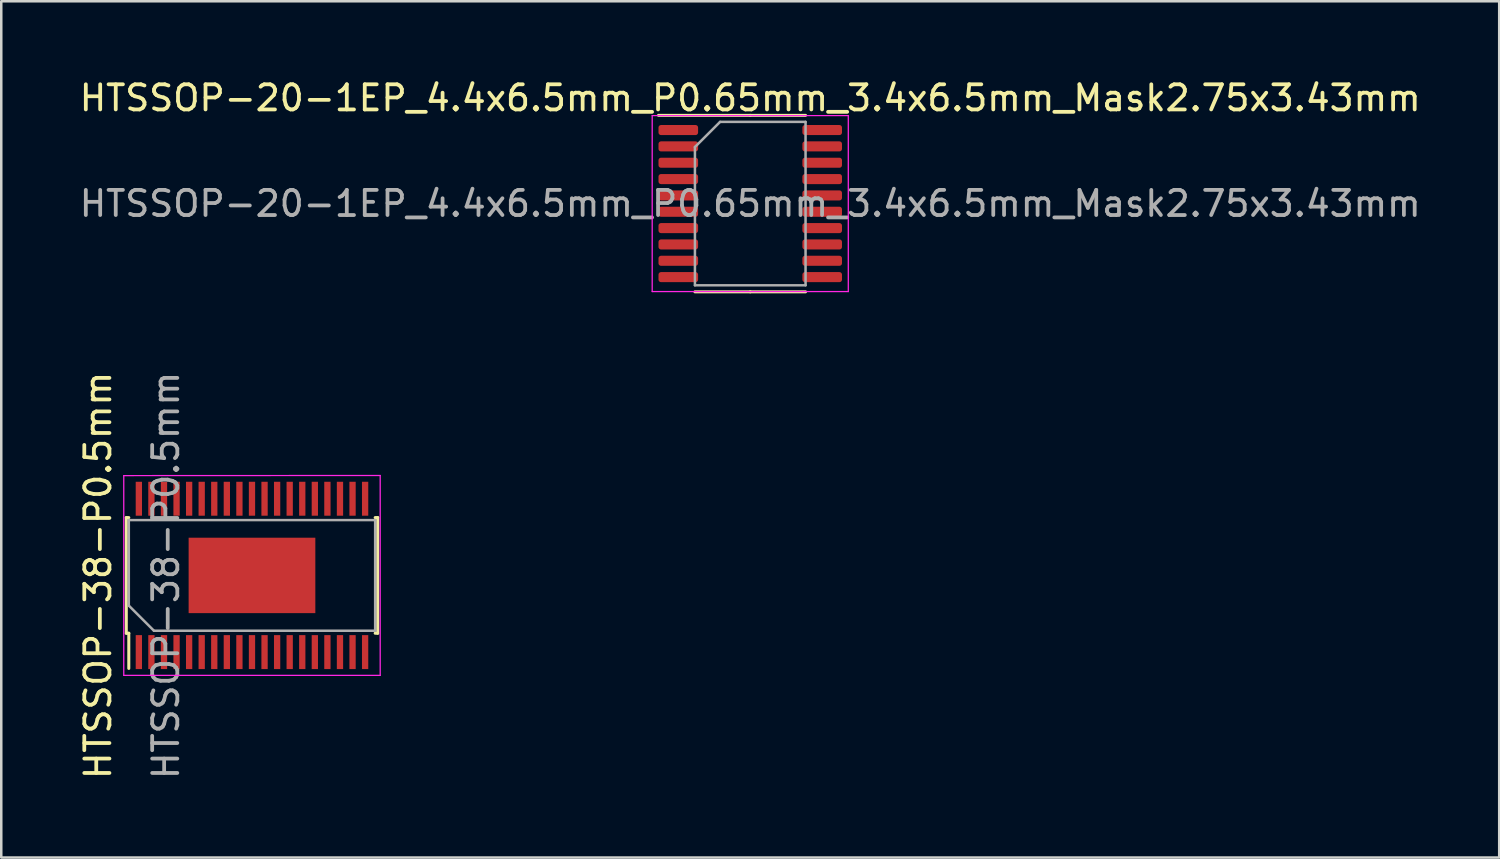
<source format=kicad_pcb>
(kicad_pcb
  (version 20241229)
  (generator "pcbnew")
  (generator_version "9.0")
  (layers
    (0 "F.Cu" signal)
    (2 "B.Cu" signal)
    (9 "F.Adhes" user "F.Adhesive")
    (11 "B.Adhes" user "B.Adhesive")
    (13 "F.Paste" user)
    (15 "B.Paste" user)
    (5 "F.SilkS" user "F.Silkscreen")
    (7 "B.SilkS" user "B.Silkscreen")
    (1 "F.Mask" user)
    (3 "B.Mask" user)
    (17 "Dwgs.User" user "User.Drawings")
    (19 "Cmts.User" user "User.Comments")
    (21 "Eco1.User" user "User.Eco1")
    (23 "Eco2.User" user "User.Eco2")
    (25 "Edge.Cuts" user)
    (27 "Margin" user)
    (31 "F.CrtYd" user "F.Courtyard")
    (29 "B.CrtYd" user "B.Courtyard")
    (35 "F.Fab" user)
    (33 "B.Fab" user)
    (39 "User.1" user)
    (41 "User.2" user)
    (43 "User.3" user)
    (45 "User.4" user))
  (footprint "HTSSOP-20-1EP_4.4x6.5mm_P0.65mm_3.4x6.5mm_Mask2.75x3.43mm"
    (layer "F.Cu")
    (at 26.792 5.048)
    (property "Reference" "HTSSOP-20-1EP_4.4x6.5mm_P0.65mm_3.4x6.5mm_Mask2.75x3.43mm" (at 0 -4.2 0) (layer "F.SilkS") (effects (font (size 1 1) (thickness 0.15))))
    (attr smd)
    (fp_line (start 0 -3.51) (end -3.65 -3.51) (stroke (width 0.12) (type solid)) (layer "F.SilkS"))
    (fp_line (start 0 -3.51) (end 2.2 -3.51) (stroke (width 0.12) (type solid)) (layer "F.SilkS"))
    (fp_line (start 0 3.51) (end -2.2 3.51) (stroke (width 0.12) (type solid)) (layer "F.SilkS"))
    (fp_line (start 0 3.51) (end 2.2 3.51) (stroke (width 0.12) (type solid)) (layer "F.SilkS"))
    (fp_line (start -3.9 -3.5) (end -3.9 3.5) (stroke (width 0.05) (type solid)) (layer "F.CrtYd"))
    (fp_line (start -3.9 3.5) (end 3.9 3.5) (stroke (width 0.05) (type solid)) (layer "F.CrtYd"))
    (fp_line (start 3.9 -3.5) (end -3.9 -3.5) (stroke (width 0.05) (type solid)) (layer "F.CrtYd"))
    (fp_line (start 3.9 3.5) (end 3.9 -3.5) (stroke (width 0.05) (type solid)) (layer "F.CrtYd"))
    (fp_line (start -2.2 -2.25) (end -1.2 -3.25) (stroke (width 0.1) (type solid)) (layer "F.Fab"))
    (fp_line (start -2.2 3.25) (end -2.2 -2.25) (stroke (width 0.1) (type solid)) (layer "F.Fab"))
    (fp_line (start -1.2 -3.25) (end 2.2 -3.25) (stroke (width 0.1) (type solid)) (layer "F.Fab"))
    (fp_line (start 2.2 -3.25) (end 2.2 3.25) (stroke (width 0.1) (type solid)) (layer "F.Fab"))
    (fp_line (start 2.2 3.25) (end -2.2 3.25) (stroke (width 0.1) (type solid)) (layer "F.Fab"))
    (fp_text user "${REFERENCE}" (at 0 0 0) (layer "F.Fab") (effects (font (size 1 1) (thickness 0.15))))
    (pad "1" smd roundrect (at -2.862 -2.925) (size 1.575 0.4) (layers "F.Cu" "F.Mask" "F.Paste") (roundrect_rratio 0.25))
    (pad "2" smd roundrect (at -2.862 -2.275) (size 1.575 0.4) (layers "F.Cu" "F.Mask" "F.Paste") (roundrect_rratio 0.25))
    (pad "3" smd roundrect (at -2.862 -1.625) (size 1.575 0.4) (layers "F.Cu" "F.Mask" "F.Paste") (roundrect_rratio 0.25))
    (pad "4" smd roundrect (at -2.862 -0.975) (size 1.575 0.4) (layers "F.Cu" "F.Mask" "F.Paste") (roundrect_rratio 0.25))
    (pad "5" smd roundrect (at -2.862 -0.325) (size 1.575 0.4) (layers "F.Cu" "F.Mask" "F.Paste") (roundrect_rratio 0.25))
    (pad "6" smd roundrect (at -2.862 0.325) (size 1.575 0.4) (layers "F.Cu" "F.Mask" "F.Paste") (roundrect_rratio 0.25))
    (pad "7" smd roundrect (at -2.862 0.975) (size 1.575 0.4) (layers "F.Cu" "F.Mask" "F.Paste") (roundrect_rratio 0.25))
    (pad "8" smd roundrect (at -2.862 1.625) (size 1.575 0.4) (layers "F.Cu" "F.Mask" "F.Paste") (roundrect_rratio 0.25))
    (pad "9" smd roundrect (at -2.862 2.275) (size 1.575 0.4) (layers "F.Cu" "F.Mask" "F.Paste") (roundrect_rratio 0.25))
    (pad "10" smd roundrect (at -2.862 2.925) (size 1.575 0.4) (layers "F.Cu" "F.Mask" "F.Paste") (roundrect_rratio 0.25))
    (pad "11" smd roundrect (at 2.862 2.925) (size 1.575 0.4) (layers "F.Cu" "F.Mask" "F.Paste") (roundrect_rratio 0.25))
    (pad "12" smd roundrect (at 2.862 2.275) (size 1.575 0.4) (layers "F.Cu" "F.Mask" "F.Paste") (roundrect_rratio 0.25))
    (pad "13" smd roundrect (at 2.862 1.625) (size 1.575 0.4) (layers "F.Cu" "F.Mask" "F.Paste") (roundrect_rratio 0.25))
    (pad "14" smd roundrect (at 2.862 0.975) (size 1.575 0.4) (layers "F.Cu" "F.Mask" "F.Paste") (roundrect_rratio 0.25))
    (pad "15" smd roundrect (at 2.862 0.325) (size 1.575 0.4) (layers "F.Cu" "F.Mask" "F.Paste") (roundrect_rratio 0.25))
    (pad "16" smd roundrect (at 2.862 -0.325) (size 1.575 0.4) (layers "F.Cu" "F.Mask" "F.Paste") (roundrect_rratio 0.25))
    (pad "17" smd roundrect (at 2.862 -0.975) (size 1.575 0.4) (layers "F.Cu" "F.Mask" "F.Paste") (roundrect_rratio 0.25))
    (pad "18" smd roundrect (at 2.862 -1.625) (size 1.575 0.4) (layers "F.Cu" "F.Mask" "F.Paste") (roundrect_rratio 0.25))
    (pad "19" smd roundrect (at 2.862 -2.275) (size 1.575 0.4) (layers "F.Cu" "F.Mask" "F.Paste") (roundrect_rratio 0.25))
    (pad "20" smd roundrect (at 2.862 -2.925) (size 1.575 0.4) (layers "F.Cu" "F.Mask" "F.Paste") (roundrect_rratio 0.25)))
  (footprint "HTSSOP-38-P0.5mm"
    (layer "F.Cu")
    (at 6.973 19.838)
    (property "Reference" "HTSSOP-38-P0.5mm" (at -6.125 0 90) (layer "F.SilkS") (effects (font (size 1 1) (thickness 0.15))))
    (attr smd)
    (fp_line (start -5 2.3) (end -5 -2.3) (stroke (width 0.12) (type solid)) (layer "F.SilkS"))
    (fp_line (start -4.9 -2.3) (end -5 -2.3) (stroke (width 0.12) (type solid)) (layer "F.SilkS"))
    (fp_line (start -4.9 2.3) (end -5 2.3) (stroke (width 0.12) (type solid)) (layer "F.SilkS"))
    (fp_line (start -4.9 2.3) (end -4.9 3.7) (stroke (width 0.12) (type solid)) (layer "F.SilkS"))
    (fp_line (start 5 -2.3) (end 4.9 -2.3) (stroke (width 0.12) (type solid)) (layer "F.SilkS"))
    (fp_line (start 5 2.3) (end 4.9 2.3) (stroke (width 0.12) (type solid)) (layer "F.SilkS"))
    (fp_line (start 5 2.3) (end 5 -2.3) (stroke (width 0.12) (type solid)) (layer "F.SilkS"))
    (fp_poly (pts (xy -2.35 -1.33) (xy -2.35 -0.83) (xy -1.75 -0.83) (xy -1.75 -1.33)) (stroke (width 0.1) (type solid)) (fill yes) (layer "F.Paste"))
    (fp_poly (pts (xy -2.35 -0.61) (xy -2.35 -0.11) (xy -1.75 -0.11) (xy -1.75 -0.61)) (stroke (width 0.1) (type solid)) (fill yes) (layer "F.Paste"))
    (fp_poly (pts (xy -2.35 0.11) (xy -2.35 0.61) (xy -1.75 0.61) (xy -1.75 0.11)) (stroke (width 0.1) (type solid)) (fill yes) (layer "F.Paste"))
    (fp_poly (pts (xy -2.35 0.83) (xy -2.35 1.33) (xy -1.75 1.33) (xy -1.75 0.83)) (stroke (width 0.1) (type solid)) (fill yes) (layer "F.Paste"))
    (fp_poly (pts (xy -1.53 -1.33) (xy -1.53 -0.83) (xy -0.93 -0.83) (xy -0.93 -1.33)) (stroke (width 0.1) (type solid)) (fill yes) (layer "F.Paste"))
    (fp_poly (pts (xy -1.53 -0.61) (xy -1.53 -0.11) (xy -0.93 -0.11) (xy -0.93 -0.61)) (stroke (width 0.1) (type solid)) (fill yes) (layer "F.Paste"))
    (fp_poly (pts (xy -1.53 0.11) (xy -1.53 0.61) (xy -0.93 0.61) (xy -0.93 0.11)) (stroke (width 0.1) (type solid)) (fill yes) (layer "F.Paste"))
    (fp_poly (pts (xy -1.53 0.83) (xy -1.53 1.33) (xy -0.93 1.33) (xy -0.93 0.83)) (stroke (width 0.1) (type solid)) (fill yes) (layer "F.Paste"))
    (fp_poly (pts (xy -0.71 -1.33) (xy -0.71 -0.83) (xy -0.11 -0.83) (xy -0.11 -1.33)) (stroke (width 0.1) (type solid)) (fill yes) (layer "F.Paste"))
    (fp_poly (pts (xy -0.71 -0.61) (xy -0.71 -0.11) (xy -0.11 -0.11) (xy -0.11 -0.61)) (stroke (width 0.1) (type solid)) (fill yes) (layer "F.Paste"))
    (fp_poly (pts (xy -0.71 0.11) (xy -0.71 0.61) (xy -0.11 0.61) (xy -0.11 0.11)) (stroke (width 0.1) (type solid)) (fill yes) (layer "F.Paste"))
    (fp_poly (pts (xy -0.71 0.83) (xy -0.71 1.33) (xy -0.11 1.33) (xy -0.11 0.83)) (stroke (width 0.1) (type solid)) (fill yes) (layer "F.Paste"))
    (fp_poly (pts (xy 0.11 -1.33) (xy 0.11 -0.83) (xy 0.71 -0.83) (xy 0.71 -1.33)) (stroke (width 0.1) (type solid)) (fill yes) (layer "F.Paste"))
    (fp_poly (pts (xy 0.11 -0.61) (xy 0.11 -0.11) (xy 0.71 -0.11) (xy 0.71 -0.61)) (stroke (width 0.1) (type solid)) (fill yes) (layer "F.Paste"))
    (fp_poly (pts (xy 0.11 0.11) (xy 0.11 0.61) (xy 0.71 0.61) (xy 0.71 0.11)) (stroke (width 0.1) (type solid)) (fill yes) (layer "F.Paste"))
    (fp_poly (pts (xy 0.11 0.83) (xy 0.11 1.33) (xy 0.71 1.33) (xy 0.71 0.83)) (stroke (width 0.1) (type solid)) (fill yes) (layer "F.Paste"))
    (fp_poly (pts (xy 0.93 -1.33) (xy 0.93 -0.83) (xy 1.53 -0.83) (xy 1.53 -1.33)) (stroke (width 0.1) (type solid)) (fill yes) (layer "F.Paste"))
    (fp_poly (pts (xy 0.93 -0.61) (xy 0.93 -0.11) (xy 1.53 -0.11) (xy 1.53 -0.61)) (stroke (width 0.1) (type solid)) (fill yes) (layer "F.Paste"))
    (fp_poly (pts (xy 0.93 0.11) (xy 0.93 0.61) (xy 1.53 0.61) (xy 1.53 0.11)) (stroke (width 0.1) (type solid)) (fill yes) (layer "F.Paste"))
    (fp_poly (pts (xy 0.93 0.83) (xy 0.93 1.33) (xy 1.53 1.33) (xy 1.53 0.83)) (stroke (width 0.1) (type solid)) (fill yes) (layer "F.Paste"))
    (fp_poly (pts (xy 1.75 -1.33) (xy 1.75 -0.83) (xy 2.35 -0.83) (xy 2.35 -1.33)) (stroke (width 0.1) (type solid)) (fill yes) (layer "F.Paste"))
    (fp_poly (pts (xy 1.75 -0.61) (xy 1.75 -0.11) (xy 2.35 -0.11) (xy 2.35 -0.61)) (stroke (width 0.1) (type solid)) (fill yes) (layer "F.Paste"))
    (fp_poly (pts (xy 1.75 0.11) (xy 1.75 0.61) (xy 2.35 0.61) (xy 2.35 0.11)) (stroke (width 0.1) (type solid)) (fill yes) (layer "F.Paste"))
    (fp_poly (pts (xy 1.75 0.83) (xy 1.75 1.33) (xy 2.35 1.33) (xy 2.35 0.83)) (stroke (width 0.1) (type solid)) (fill yes) (layer "F.Paste"))
    (fp_line (start -5.1 -3.97) (end 5.1 -3.975) (stroke (width 0.05) (type solid)) (layer "F.CrtYd"))
    (fp_line (start -5.1 3.975) (end -5.1 -3.97) (stroke (width 0.05) (type solid)) (layer "F.CrtYd"))
    (fp_line (start 5.1 -3.975) (end 5.1 3.975) (stroke (width 0.05) (type solid)) (layer "F.CrtYd"))
    (fp_line (start 5.1 3.975) (end -5.1 3.975) (stroke (width 0.05) (type solid)) (layer "F.CrtYd"))
    (fp_line (start -4.9 -2.2) (end 4.9 -2.2) (stroke (width 0.1) (type solid)) (layer "F.Fab"))
    (fp_line (start -4.9 1.2) (end -4.9 -2.2) (stroke (width 0.1) (type solid)) (layer "F.Fab"))
    (fp_line (start -3.9 2.2) (end -4.9 1.2) (stroke (width 0.1) (type solid)) (layer "F.Fab"))
    (fp_line (start 4.9 -2.2) (end 4.9 2.2) (stroke (width 0.1) (type solid)) (layer "F.Fab"))
    (fp_line (start 4.9 2.2) (end -3.9 2.2) (stroke (width 0.1) (type solid)) (layer "F.Fab"))
    (fp_text user "${REFERENCE}" (at -3.425 0 90) (layer "F.Fab") (effects (font (size 1 1) (thickness 0.15))))
    (pad "1" smd rect (at -4.5 3.05) (size 0.25 1.35) (layers "F.Cu" "F.Mask" "F.Paste"))
    (pad "2" smd rect (at -4 3.05) (size 0.25 1.35) (layers "F.Cu" "F.Mask" "F.Paste"))
    (pad "3" smd rect (at -3.5 3.05) (size 0.25 1.35) (layers "F.Cu" "F.Mask" "F.Paste"))
    (pad "4" smd rect (at -3 3.05) (size 0.25 1.35) (layers "F.Cu" "F.Mask" "F.Paste"))
    (pad "5" smd rect (at -2.5 3.05) (size 0.25 1.35) (layers "F.Cu" "F.Mask" "F.Paste"))
    (pad "6" smd rect (at -2 3.05) (size 0.25 1.35) (layers "F.Cu" "F.Mask" "F.Paste"))
    (pad "7" smd rect (at -1.5 3.05) (size 0.25 1.35) (layers "F.Cu" "F.Mask" "F.Paste"))
    (pad "8" smd rect (at -1 3.05) (size 0.25 1.35) (layers "F.Cu" "F.Mask" "F.Paste"))
    (pad "9" smd rect (at -0.5 3.05) (size 0.25 1.35) (layers "F.Cu" "F.Mask" "F.Paste"))
    (pad "10" smd rect (at 0 3.05) (size 0.25 1.35) (layers "F.Cu" "F.Mask" "F.Paste"))
    (pad "11" smd rect (at 0.5 3.05) (size 0.25 1.35) (layers "F.Cu" "F.Mask" "F.Paste"))
    (pad "12" smd rect (at 1 3.05) (size 0.25 1.35) (layers "F.Cu" "F.Mask" "F.Paste"))
    (pad "13" smd rect (at 1.5 3.05) (size 0.25 1.35) (layers "F.Cu" "F.Mask" "F.Paste"))
    (pad "14" smd rect (at 2 3.05) (size 0.25 1.35) (layers "F.Cu" "F.Mask" "F.Paste"))
    (pad "15" smd rect (at 2.5 3.05) (size 0.25 1.35) (layers "F.Cu" "F.Mask" "F.Paste"))
    (pad "16" smd rect (at 3 3.05) (size 0.25 1.35) (layers "F.Cu" "F.Mask" "F.Paste"))
    (pad "17" smd rect (at 3.5 3.05) (size 0.25 1.35) (layers "F.Cu" "F.Mask" "F.Paste"))
    (pad "18" smd rect (at 4 3.05) (size 0.25 1.35) (layers "F.Cu" "F.Mask" "F.Paste"))
    (pad "19" smd rect (at 4.5 3.05) (size 0.25 1.35) (layers "F.Cu" "F.Mask" "F.Paste"))
    (pad "20" smd rect (at 4.5 -3.05) (size 0.25 1.35) (layers "F.Cu" "F.Mask" "F.Paste"))
    (pad "21" smd rect (at 4 -3.05) (size 0.25 1.35) (layers "F.Cu" "F.Mask" "F.Paste"))
    (pad "22" smd rect (at 3.5 -3.05) (size 0.25 1.35) (layers "F.Cu" "F.Mask" "F.Paste"))
    (pad "23" smd rect (at 3 -3.05) (size 0.25 1.35) (layers "F.Cu" "F.Mask" "F.Paste"))
    (pad "24" smd rect (at 2.5 -3.05) (size 0.25 1.35) (layers "F.Cu" "F.Mask" "F.Paste"))
    (pad "25" smd rect (at 2 -3.05) (size 0.25 1.35) (layers "F.Cu" "F.Mask" "F.Paste"))
    (pad "26" smd rect (at 1.5 -3.05) (size 0.25 1.35) (layers "F.Cu" "F.Mask" "F.Paste"))
    (pad "27" smd rect (at 1 -3.05) (size 0.25 1.35) (layers "F.Cu" "F.Mask" "F.Paste"))
    (pad "28" smd rect (at 0.5 -3.05) (size 0.25 1.35) (layers "F.Cu" "F.Mask" "F.Paste"))
    (pad "29" smd rect (at 0 -3.05) (size 0.25 1.35) (layers "F.Cu" "F.Mask" "F.Paste"))
    (pad "30" smd rect (at -0.5 -3.05) (size 0.25 1.35) (layers "F.Cu" "F.Mask" "F.Paste"))
    (pad "31" smd rect (at -1 -3.05) (size 0.25 1.35) (layers "F.Cu" "F.Mask" "F.Paste"))
    (pad "32" smd rect (at -1.5 -3.05) (size 0.25 1.35) (layers "F.Cu" "F.Mask" "F.Paste"))
    (pad "33" smd rect (at -2 -3.05) (size 0.25 1.35) (layers "F.Cu" "F.Mask" "F.Paste"))
    (pad "34" smd rect (at -2.5 -3.05) (size 0.25 1.35) (layers "F.Cu" "F.Mask" "F.Paste"))
    (pad "35" smd rect (at -3 -3.05) (size 0.25 1.35) (layers "F.Cu" "F.Mask" "F.Paste"))
    (pad "36" smd rect (at -3.5 -3.05) (size 0.25 1.35) (layers "F.Cu" "F.Mask" "F.Paste"))
    (pad "37" smd rect (at -4 -3.05) (size 0.25 1.35) (layers "F.Cu" "F.Mask" "F.Paste"))
    (pad "38" smd rect (at -4.5 -3.05) (size 0.25 1.35) (layers "F.Cu" "F.Mask" "F.Paste"))
    (pad "39" smd rect (at 0 0) (size 5.04 3) (layers "F.Cu" "F.Mask")))
  (gr_rect
    (start -3 -3)
    (end 56.583 31.059)
    (stroke (width 0.1) (type default))
    (fill no)
    (layer "Edge.Cuts")))
</source>
